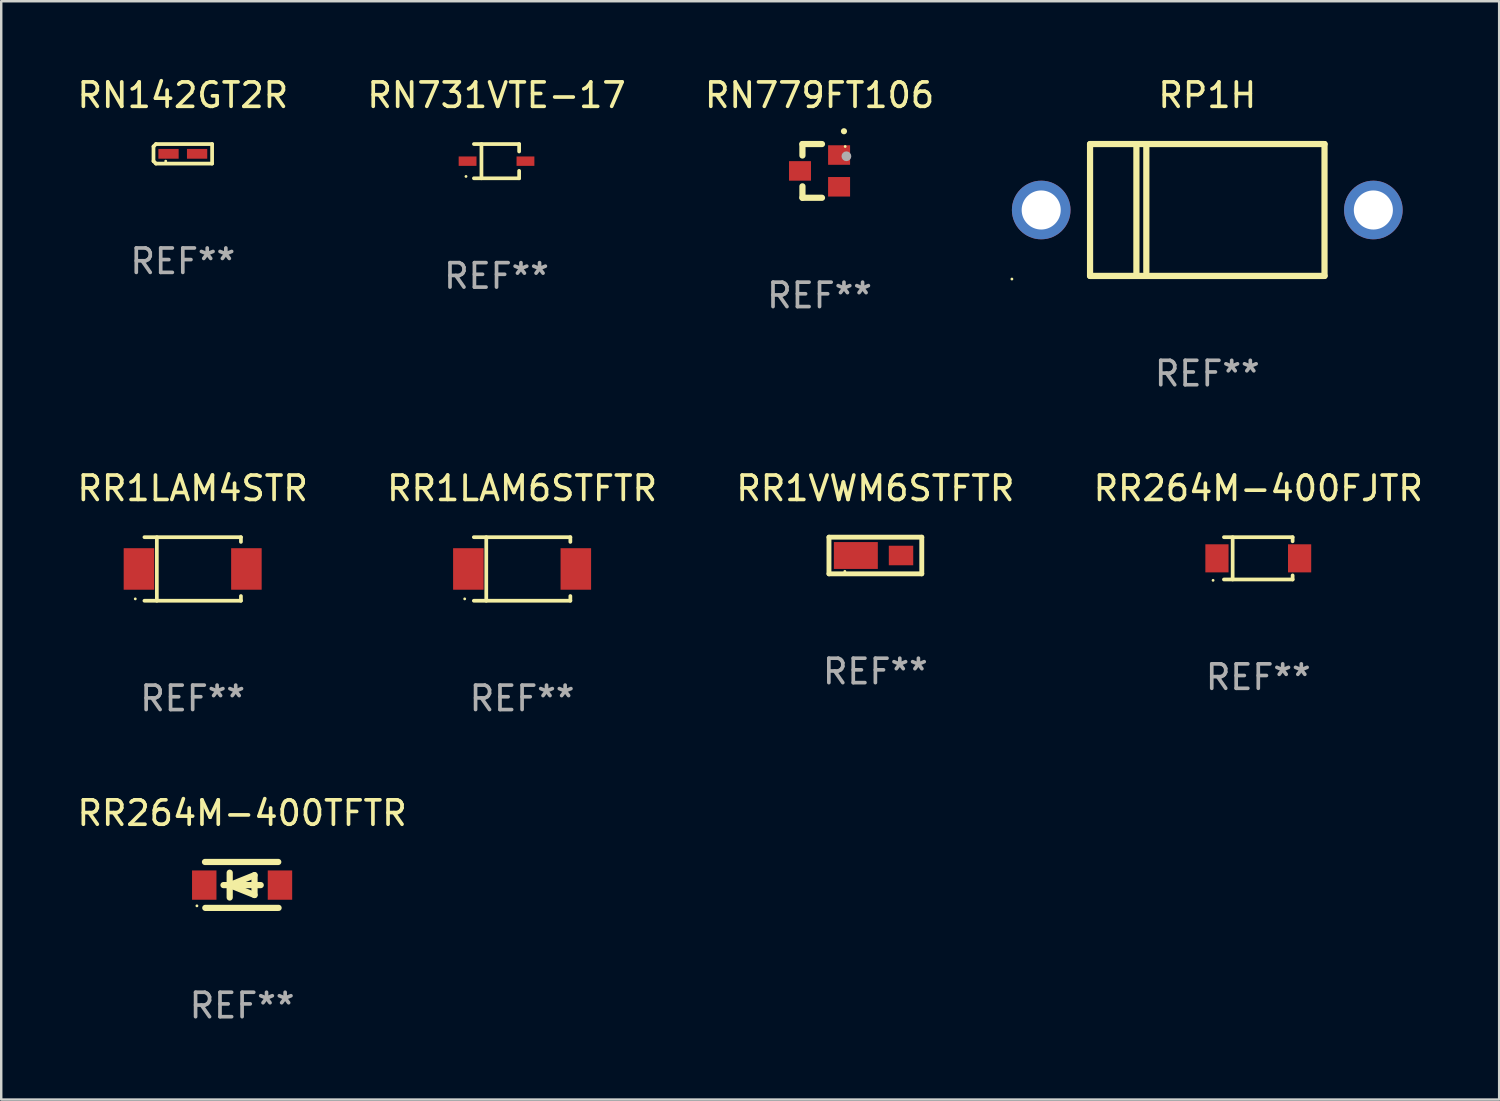
<source format=kicad_pcb>
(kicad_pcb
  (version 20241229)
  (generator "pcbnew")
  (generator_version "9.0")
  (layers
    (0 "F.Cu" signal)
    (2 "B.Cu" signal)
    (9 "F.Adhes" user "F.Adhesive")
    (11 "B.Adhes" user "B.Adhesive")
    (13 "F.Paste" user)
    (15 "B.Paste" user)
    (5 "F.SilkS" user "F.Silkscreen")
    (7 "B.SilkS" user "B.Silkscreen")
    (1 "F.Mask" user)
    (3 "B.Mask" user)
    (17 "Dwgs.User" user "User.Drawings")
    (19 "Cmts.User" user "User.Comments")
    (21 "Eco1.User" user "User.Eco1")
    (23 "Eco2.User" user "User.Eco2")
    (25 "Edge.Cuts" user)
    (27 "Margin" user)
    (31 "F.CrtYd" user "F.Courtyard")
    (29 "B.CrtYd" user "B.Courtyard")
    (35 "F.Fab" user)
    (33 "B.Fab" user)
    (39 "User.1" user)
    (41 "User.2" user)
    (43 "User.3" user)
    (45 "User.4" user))
  (footprint "RN731VTE-17"
    (layer "F.Cu")
    (at 17.28 3.549)
    (property "Reference" "RN731VTE-17" (at 0 -2.701 0) (layer "F.SilkS") (effects (font (size 1 1) (thickness 0.15))))
    (attr through_hole)
    (fp_line (start -0.926 -0.701) (end 0.926 -0.701) (stroke (width 0.152) (type solid)) (layer "F.SilkS"))
    (fp_line (start -0.926 0.701) (end 0.926 0.701) (stroke (width 0.152) (type solid)) (layer "F.SilkS"))
    (fp_line (start -0.617 -0.701) (end -0.617 0.701) (stroke (width 0.152) (type solid)) (layer "F.SilkS"))
    (fp_line (start 0.926 -0.701) (end 0.926 -0.396) (stroke (width 0.152) (type solid)) (layer "F.SilkS"))
    (fp_line (start 0.926 0.701) (end 0.926 0.396) (stroke (width 0.152) (type solid)) (layer "F.SilkS"))
    (fp_circle (center -1.25 0.625) (end -1.22 0.625) (stroke (width 0.06) (type solid)) (fill no) (layer "F.SilkS"))
    (fp_text user "REF**" (at 0 4.701 0) (layer "F.Fab") (effects (font (size 1 1) (thickness 0.15))))
    (pad "1" smd rect (at -1.185 0 180) (size 0.73 0.385) (layers "F.Cu" "F.Mask" "F.Paste"))
    (pad "2" smd rect (at 1.185 0 180) (size 0.73 0.385) (layers "F.Cu" "F.Mask" "F.Paste")))
  (footprint "RR264M-400FJTR"
    (layer "F.Cu")
    (at 48.47 19.811)
    (property "Reference" "RR264M-400FJTR" (at 0 -2.866 0) (layer "F.SilkS") (effects (font (size 1 1) (thickness 0.15))))
    (attr through_hole)
    (fp_line (start -1.406 -0.866) (end 1.406 -0.866) (stroke (width 0.152) (type solid)) (layer "F.SilkS"))
    (fp_line (start -1.406 0.866) (end 1.406 0.866) (stroke (width 0.152) (type solid)) (layer "F.SilkS"))
    (fp_line (start -1.049 -0.866) (end -1.049 0.866) (stroke (width 0.152) (type solid)) (layer "F.SilkS"))
    (fp_line (start 1.406 -0.866) (end 1.406 -0.698) (stroke (width 0.152) (type solid)) (layer "F.SilkS"))
    (fp_line (start 1.406 0.866) (end 1.406 0.698) (stroke (width 0.152) (type solid)) (layer "F.SilkS"))
    (fp_circle (center -1.851 0.9) (end -1.821 0.9) (stroke (width 0.06) (type solid)) (fill no) (layer "F.SilkS"))
    (fp_text user "REF**" (at 0 4.866 0) (layer "F.Fab") (effects (font (size 1 1) (thickness 0.15))))
    (pad "1" smd rect (at -1.692 0) (size 0.95 1.15) (layers "F.Cu" "F.Mask" "F.Paste"))
    (pad "2" smd rect (at 1.692 0) (size 0.95 1.15) (layers "F.Cu" "F.Mask" "F.Paste")))
  (footprint "RR264M-400TFTR"
    (layer "F.Cu")
    (at 6.863 33.183)
    (property "Reference" "RR264M-400TFTR" (at 0 -2.94 0) (layer "F.SilkS") (effects (font (size 1 1) (thickness 0.15))))
    (attr through_hole)
    (fp_line (start -1.52 -0.94) (end 1.48 -0.94) (stroke (width 0.254) (type solid)) (layer "F.SilkS"))
    (fp_line (start -1.507 0.94) (end 1.493 0.94) (stroke (width 0.254) (type solid)) (layer "F.SilkS"))
    (fp_line (start -0.762 0.007) (end 0.762 0.007) (stroke (width 0.254) (type solid)) (layer "F.SilkS"))
    (fp_line (start -0.508 -0.501) (end -0.508 0.515) (stroke (width 0.254) (type solid)) (layer "F.SilkS"))
    (fp_line (start -0.508 0.007) (end 0.508 -0.4) (stroke (width 0.254) (type solid)) (layer "F.SilkS"))
    (fp_line (start 0.508 -0.4) (end 0.508 0.413) (stroke (width 0.254) (type solid)) (layer "F.SilkS"))
    (fp_line (start 0.508 0.413) (end -0.508 0.007) (stroke (width 0.254) (type solid)) (layer "F.SilkS"))
    (fp_circle (center -1.85 0.857) (end -1.82 0.857) (stroke (width 0.06) (type solid)) (fill no) (layer "F.SilkS"))
    (fp_text user "REF**" (at 0 4.94 0) (layer "F.Fab") (effects (font (size 1 1) (thickness 0.15))))
    (pad "1" smd rect (at -1.55 0.007) (size 1 1.2) (layers "F.Cu" "F.Mask" "F.Paste"))
    (pad "2" smd rect (at 1.55 0.007) (size 1 1.2) (layers "F.Cu" "F.Mask" "F.Paste")))
  (footprint "RR1LAM4STR"
    (layer "F.Cu")
    (at 4.839 20.246)
    (property "Reference" "RR1LAM4STR" (at 0 -3.301 0) (layer "F.SilkS") (effects (font (size 1 1) (thickness 0.15))))
    (attr through_hole)
    (fp_line (start -1.976 -1.301) (end 1.976 -1.301) (stroke (width 0.152) (type solid)) (layer "F.SilkS"))
    (fp_line (start -1.976 1.301) (end 1.976 1.301) (stroke (width 0.152) (type solid)) (layer "F.SilkS"))
    (fp_line (start -1.467 -1.301) (end -1.467 1.301) (stroke (width 0.152) (type solid)) (layer "F.SilkS"))
    (fp_line (start 1.976 -1.301) (end 1.976 -1.108) (stroke (width 0.152) (type solid)) (layer "F.SilkS"))
    (fp_line (start 1.976 1.301) (end 1.976 1.108) (stroke (width 0.152) (type solid)) (layer "F.SilkS"))
    (fp_circle (center -2.35 1.225) (end -2.32 1.225) (stroke (width 0.06) (type solid)) (fill no) (layer "F.SilkS"))
    (fp_text user "REF**" (at 0 5.301 0) (layer "F.Fab") (effects (font (size 1 1) (thickness 0.15))))
    (pad "1" smd rect (at -2.2 0 180) (size 1.25 1.7) (layers "F.Cu" "F.Mask" "F.Paste"))
    (pad "2" smd rect (at 2.2 0 180) (size 1.25 1.7) (layers "F.Cu" "F.Mask" "F.Paste")))
  (footprint "RR1VWM6STFTR"
    (layer "F.Cu")
    (at 32.792 19.695)
    (property "Reference" "RR1VWM6STFTR" (at 0 -2.75 0) (layer "F.SilkS") (effects (font (size 1 1) (thickness 0.15))))
    (attr through_hole)
    (fp_line (start -1.9 -0.75) (end -1.9 0.75) (stroke (width 0.2) (type solid)) (layer "F.SilkS"))
    (fp_line (start -1.9 -0.75) (end 1.9 -0.75) (stroke (width 0.2) (type solid)) (layer "F.SilkS"))
    (fp_line (start -1.9 0.75) (end 1.9 0.75) (stroke (width 0.2) (type solid)) (layer "F.SilkS"))
    (fp_line (start 1.9 -0.75) (end 1.9 0.75) (stroke (width 0.2) (type solid)) (layer "F.SilkS"))
    (fp_circle (center -1.25 0.65) (end -1.22 0.65) (stroke (width 0.06) (type solid)) (fill no) (layer "F.SilkS"))
    (fp_text user "REF**" (at 0 4.75 0) (layer "F.Fab") (effects (font (size 1 1) (thickness 0.15))))
    (pad "1" smd rect (at -0.8 0 90) (size 1.1 1.8) (layers "F.Cu" "F.Mask" "F.Paste"))
    (pad "2" smd rect (at 1.05 0) (size 1 0.8) (layers "F.Cu" "F.Mask" "F.Paste")))
  (footprint "RR1LAM6STFTR"
    (layer "F.Cu")
    (at 18.327 20.246)
    (property "Reference" "RR1LAM6STFTR" (at 0 -3.301 0) (layer "F.SilkS") (effects (font (size 1 1) (thickness 0.15))))
    (attr through_hole)
    (fp_line (start -1.976 -1.301) (end 1.976 -1.301) (stroke (width 0.152) (type solid)) (layer "F.SilkS"))
    (fp_line (start -1.976 1.301) (end 1.976 1.301) (stroke (width 0.152) (type solid)) (layer "F.SilkS"))
    (fp_line (start -1.467 -1.301) (end -1.467 1.301) (stroke (width 0.152) (type solid)) (layer "F.SilkS"))
    (fp_line (start 1.976 -1.301) (end 1.976 -1.108) (stroke (width 0.152) (type solid)) (layer "F.SilkS"))
    (fp_line (start 1.976 1.301) (end 1.976 1.108) (stroke (width 0.152) (type solid)) (layer "F.SilkS"))
    (fp_circle (center -2.35 1.225) (end -2.32 1.225) (stroke (width 0.06) (type solid)) (fill no) (layer "F.SilkS"))
    (fp_text user "REF**" (at 0 5.301 0) (layer "F.Fab") (effects (font (size 1 1) (thickness 0.15))))
    (pad "1" smd rect (at -2.2 0 180) (size 1.25 1.7) (layers "F.Cu" "F.Mask" "F.Paste"))
    (pad "2" smd rect (at 2.2 0 180) (size 1.25 1.7) (layers "F.Cu" "F.Mask" "F.Paste")))
  (footprint "RN142GT2R"
    (layer "F.Cu")
    (at 4.435 3.248)
    (property "Reference" "RN142GT2R" (at 0 -2.4 0) (layer "F.SilkS") (effects (font (size 1 1) (thickness 0.15))))
    (attr through_hole)
    (fp_line (start -1.2 -0.3) (end -1.1 -0.4) (stroke (width 0.152) (type solid)) (layer "F.SilkS"))
    (fp_line (start -1.2 0.3) (end -1.2 -0.3) (stroke (width 0.152) (type solid)) (layer "F.SilkS"))
    (fp_line (start -1.1 -0.4) (end 1.2 -0.4) (stroke (width 0.152) (type solid)) (layer "F.SilkS"))
    (fp_line (start -1.1 0.4) (end -1.2 0.3) (stroke (width 0.152) (type solid)) (layer "F.SilkS"))
    (fp_line (start 1.2 -0.4) (end 1.2 0.4) (stroke (width 0.152) (type solid)) (layer "F.SilkS"))
    (fp_line (start 1.2 0.4) (end -1.1 0.4) (stroke (width 0.152) (type solid)) (layer "F.SilkS"))
    (fp_circle (center -0.7 0.3) (end -0.67 0.3) (stroke (width 0.06) (type solid)) (fill no) (layer "F.SilkS"))
    (fp_text user "REF**" (at 0 4.4 0) (layer "F.Fab") (effects (font (size 1 1) (thickness 0.15))))
    (pad "1" smd rect (at -0.585 0 180) (size 0.83 0.4) (layers "F.Cu" "F.Mask" "F.Paste"))
    (pad "2" smd rect (at 0.585 0 180) (size 0.83 0.4) (layers "F.Cu" "F.Mask" "F.Paste")))
  (footprint "RP1H"
    (layer "F.Cu")
    (at 46.382 5.548)
    (property "Reference" "RP1H" (at 0 -4.7 0) (layer "F.SilkS") (effects (font (size 1 1) (thickness 0.15))))
    (attr through_hole)
    (fp_line (start -4.8 -2.7) (end -4.8 2.7) (stroke (width 0.254) (type solid)) (layer "F.SilkS"))
    (fp_line (start -4.8 -2.7) (end 4.8 -2.7) (stroke (width 0.254) (type solid)) (layer "F.SilkS"))
    (fp_line (start -2.902 -2.7) (end -2.902 2.7) (stroke (width 0.254) (type solid)) (layer "F.SilkS"))
    (fp_line (start -2.496 -2.7) (end -2.496 2.54) (stroke (width 0.254) (type solid)) (layer "F.SilkS"))
    (fp_line (start 4.8 -2.7) (end 4.8 2.7) (stroke (width 0.254) (type solid)) (layer "F.SilkS"))
    (fp_line (start 4.8 2.7) (end -4.8 2.7) (stroke (width 0.254) (type solid)) (layer "F.SilkS"))
    (fp_circle (center -8 2.827) (end -7.97 2.827) (stroke (width 0.06) (type solid)) (fill no) (layer "F.SilkS"))
    (fp_text user "REF**" (at 0 6.7 0) (layer "F.Fab") (effects (font (size 1 1) (thickness 0.15))))
    (pad "1" thru_hole circle (at -6.8 0) (size 2.4 2.4) (drill 1.6) (layers "*.Cu" "*.Mask"))
    (pad "2" thru_hole circle (at 6.8 0) (size 2.4 2.4) (drill 1.6) (layers "*.Cu" "*.Mask")))
  (footprint "RN779FT106"
    (layer "F.Cu")
    (at 30.506 3.948)
    (property "Reference" "RN779FT106" (at 0 -3.1 0) (layer "F.SilkS") (effects (font (size 1 1) (thickness 0.15))))
    (attr through_hole)
    (fp_line (start -0.7 -1.1) (end 0.1 -1.1) (stroke (width 0.254) (type solid)) (layer "F.SilkS"))
    (fp_line (start -0.7 -0.631) (end -0.7 -1.1) (stroke (width 0.254) (type solid)) (layer "F.SilkS"))
    (fp_line (start -0.7 1.1) (end -0.7 0.631) (stroke (width 0.254) (type solid)) (layer "F.SilkS"))
    (fp_line (start -0.7 1.1) (end 0.1 1.1) (stroke (width 0.254) (type solid)) (layer "F.SilkS"))
    (fp_arc (start 0.99873 -1.62446) (mid 1 -1.624466) (end 1.00127 -1.62446) (stroke (width 0.24892) (type solid)) (layer "F.SilkS"))
    (fp_circle (center 1.05 -1) (end 1.08 -1) (stroke (width 0.06) (type solid)) (fill no) (layer "F.SilkS"))
    (fp_circle (center 1.1 -0.6) (end 1.2 -0.6) (stroke (width 0.2) (type solid)) (fill no) (layer "F.Fab"))
    (fp_text user "REF**" (at 0 5.1 0) (layer "F.Fab") (effects (font (size 1 1) (thickness 0.15))))
    (pad "1" smd rect (at 0.8 -0.65 90) (size 0.8 0.9) (layers "F.Cu" "F.Mask" "F.Paste"))
    (pad "2" smd rect (at 0.8 0.65 90) (size 0.8 0.9) (layers "F.Cu" "F.Mask" "F.Paste"))
    (pad "3" smd rect (at -0.8 0 90) (size 0.8 0.9) (layers "F.Cu" "F.Mask" "F.Paste")))
  (gr_rect
    (start -3 -3)
    (end 58.333 41.972)
    (stroke (width 0.1) (type default))
    (fill no)
    (layer "Edge.Cuts")))
</source>
